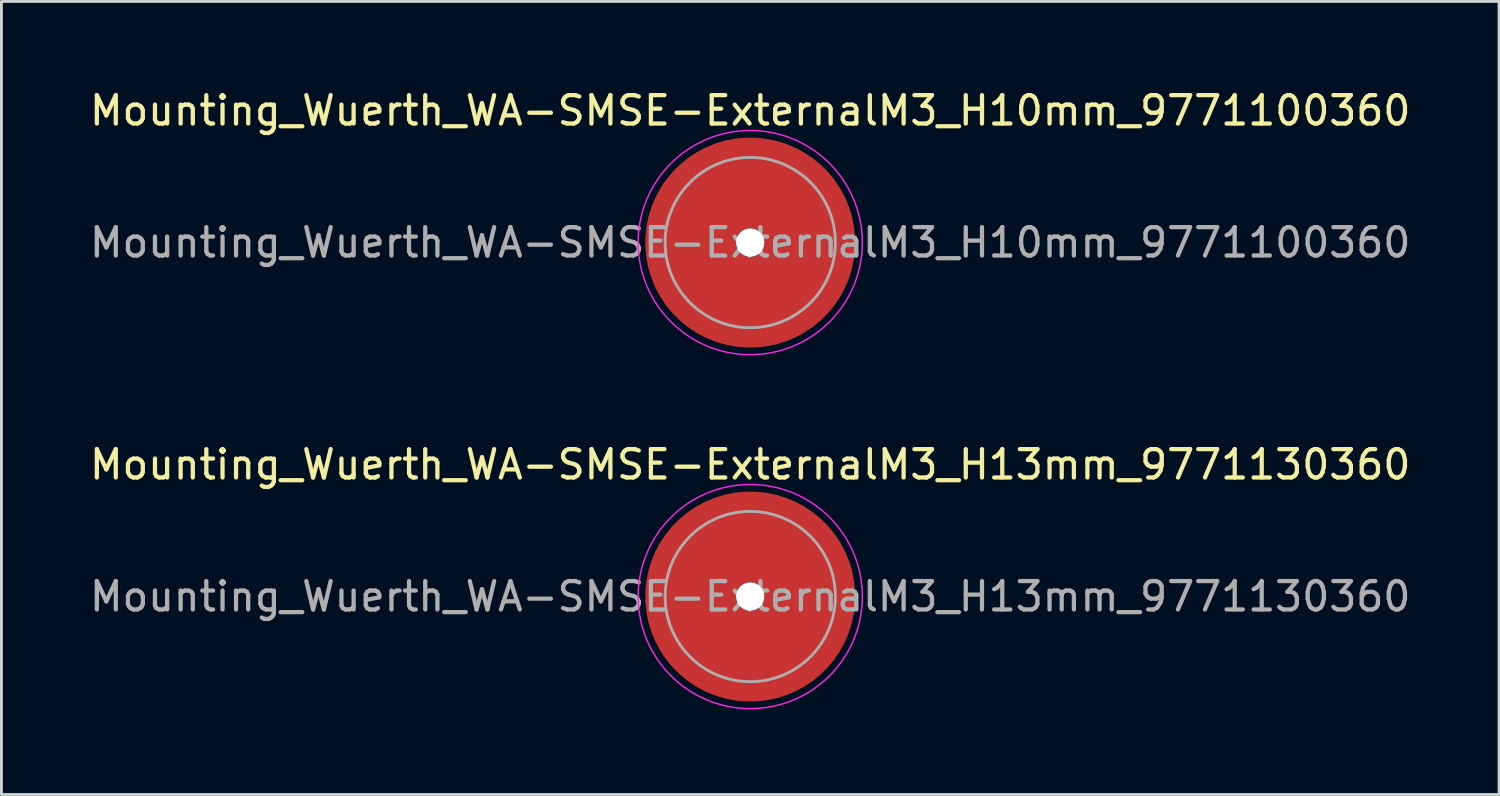
<source format=kicad_pcb>
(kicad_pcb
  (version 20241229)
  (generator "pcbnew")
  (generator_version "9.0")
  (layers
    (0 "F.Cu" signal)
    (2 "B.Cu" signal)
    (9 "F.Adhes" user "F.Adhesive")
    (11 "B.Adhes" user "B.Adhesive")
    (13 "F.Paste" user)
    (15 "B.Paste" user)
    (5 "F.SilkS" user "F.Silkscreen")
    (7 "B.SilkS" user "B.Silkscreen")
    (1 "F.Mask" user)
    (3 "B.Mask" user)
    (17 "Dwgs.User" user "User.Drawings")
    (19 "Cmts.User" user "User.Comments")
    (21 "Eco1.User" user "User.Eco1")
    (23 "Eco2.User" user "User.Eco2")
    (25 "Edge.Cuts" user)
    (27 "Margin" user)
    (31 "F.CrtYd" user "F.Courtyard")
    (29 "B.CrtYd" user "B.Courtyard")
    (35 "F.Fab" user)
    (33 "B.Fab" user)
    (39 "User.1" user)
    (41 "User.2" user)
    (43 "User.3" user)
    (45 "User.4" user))
  (footprint "Mounting_Wuerth_WA-SMSE-ExternalM3_H10mm_9771100360"
    (layer "F.Cu")
    (at 23.387 5.498)
    (property "Reference" "Mounting_Wuerth_WA-SMSE-ExternalM3_H10mm_9771100360" (at 0 -4.65 0) (layer "F.SilkS") (effects (font (size 1 1) (thickness 0.15))))
    (attr smd allow_soldermask_bridges)
    (fp_circle (center 0 0) (end 3.95 0) (stroke (width 0.05) (type solid)) (fill no) (layer "F.CrtYd"))
    (fp_circle (center 0 0) (end 3 0) (stroke (width 0.1) (type solid)) (fill no) (layer "F.Fab"))
    (fp_text user "${REFERENCE}" (at 0 0 0) (layer "F.Fab") (effects (font (size 1 1) (thickness 0.15))))
    (pad "" smd custom (at 0 -2.1) (size 1.5 1.5) (layers "F.Paste") (options (anchor circle)) (primitives (gr_arc (start -0.305123 1.47) (mid 0.371762 1.506879) (end 0.7 2.1) (width 0.2)) (gr_arc (start -0.493052 1.47) (mid 0.350399 1.380819) (end 0.8 2.1) (width 0.2)) (gr_arc (start -0.642729 1.47) (mid 0.340253 1.266797) (end 0.9 2.1) (width 0.2)) (gr_arc (start -0.776595 1.47) (mid 0.334219 1.157505) (end 1 2.1) (width 0.2)) (gr_arc (start -0.901721 1.47) (mid 0.330233 1.05074) (end 1.1 2.1) (width 0.2)) (gr_arc (start -1.021323 1.47) (mid 0.327424 0.945533) (end 1.2 2.1) (width 0.2)) (gr_arc (start -1.137146 1.47) (mid 0.325354 0.841372) (end 1.3 2.1) (width 0.2)) (gr_arc (start -1.25024 1.47) (mid 0.323778 0.737954) (end 1.4 2.1) (width 0.2)) (gr_arc (start -1.361286 1.47) (mid 0.322545 0.635089) (end 1.5 2.1) (width 0.2)) (gr_arc (start -1.470748 1.47) (mid 0.321561 0.532646) (end 1.6 2.1) (width 0.2)) (gr_arc (start -1.578955 1.47) (mid 0.320762 0.430535) (end 1.7 2.1) (width 0.2)) (gr_arc (start -1.686149 1.47) (mid 0.320102 0.328691) (end 1.8 2.1) (width 0.2)) (gr_arc (start -1.792512 1.47) (mid 0.319552 0.227065) (end 1.9 2.1) (width 0.2)) (gr_arc (start -1.898183 1.47) (mid 0.319087 0.125618) (end 2 2.1) (width 0.2)) (gr_arc (start -2.003272 1.47) (mid 0.318691 0.024323) (end 2.1 2.1) (width 0.2)) (gr_arc (start -2.107866 1.47) (mid 0.318351 -0.076845) (end 2.2 2.1) (width 0.2)) (gr_arc (start -2.212035 1.47) (mid 0.318056 -0.177903) (end 2.3 2.1) (width 0.2)) (gr_arc (start -2.315837 1.47) (mid 0.317798 -0.278866) (end 2.4 2.1) (width 0.2)) (gr_arc (start -2.419318 1.47) (mid 0.317573 -0.379747) (end 2.5 2.1) (width 0.2)) (gr_arc (start -2.522519 1.47) (mid 0.317373 -0.480557) (end 2.6 2.1) (width 0.2)) (gr_arc (start -2.625471 1.47) (mid 0.317197 -0.581303) (end 2.7 2.1) (width 0.2)) (gr_arc (start -2.728205 1.47) (mid 0.317039 -0.681993) (end 2.8 2.1) (width 0.2)) (gr_arc (start -2.830742 1.47) (mid 0.316898 -0.782633) (end 2.9 2.1) (width 0.2)) (gr_arc (start -2.933104 1.47) (mid 0.316771 -0.883229) (end 3 2.1) (width 0.2)) (gr_arc (start -3.035309 1.47) (mid 0.316656 -0.983785) (end 3.1 2.1) (width 0.2)) (gr_arc (start -3.137372 1.47) (mid 0.316553 -1.084304) (end 3.2 2.1) (width 0.2)) (gr_arc (start -3.239305 1.47) (mid 0.316458 -1.184791) (end 3.3 2.1) (width 0.2)) (gr_arc (start -3.341123 1.47) (mid 0.316373 -1.285249) (end 3.4 2.1) (width 0.2)) (gr_arc (start -3.442833 1.47) (mid 0.316294 -1.385679) (end 3.5 2.1) (width 0.2)) (gr_line (start 0.7 2.1) (end 3.5 2.1) (width 0.2)) (gr_line (start -0.305 1.47) (end -3.443 1.47) (width 0.2))))
    (pad "" np_thru_hole circle (at 0 0) (size 1 1) (drill 1) (layers "*.Cu" "*.Mask"))
    (pad "" smd custom (at 0 2.1) (size 1.5 1.5) (layers "F.Paste") (options (anchor circle)) (primitives (gr_arc (start 0.305123 -1.47) (mid -0.371762 -1.506879) (end -0.7 -2.1) (width 0.2)) (gr_arc (start 0.493052 -1.47) (mid -0.350399 -1.380819) (end -0.8 -2.1) (width 0.2)) (gr_arc (start 0.642729 -1.47) (mid -0.340253 -1.266797) (end -0.9 -2.1) (width 0.2)) (gr_arc (start 0.776595 -1.47) (mid -0.334219 -1.157505) (end -1 -2.1) (width 0.2)) (gr_arc (start 0.901721 -1.47) (mid -0.330233 -1.05074) (end -1.1 -2.1) (width 0.2)) (gr_arc (start 1.021323 -1.47) (mid -0.327424 -0.945533) (end -1.2 -2.1) (width 0.2)) (gr_arc (start 1.137146 -1.47) (mid -0.325354 -0.841372) (end -1.3 -2.1) (width 0.2)) (gr_arc (start 1.25024 -1.47) (mid -0.323778 -0.737954) (end -1.4 -2.1) (width 0.2)) (gr_arc (start 1.361286 -1.47) (mid -0.322545 -0.635089) (end -1.5 -2.1) (width 0.2)) (gr_arc (start 1.470748 -1.47) (mid -0.321561 -0.532646) (end -1.6 -2.1) (width 0.2)) (gr_arc (start 1.578955 -1.47) (mid -0.320762 -0.430535) (end -1.7 -2.1) (width 0.2)) (gr_arc (start 1.686149 -1.47) (mid -0.320102 -0.328691) (end -1.8 -2.1) (width 0.2)) (gr_arc (start 1.792512 -1.47) (mid -0.319552 -0.227065) (end -1.9 -2.1) (width 0.2)) (gr_arc (start 1.898183 -1.47) (mid -0.319087 -0.125618) (end -2 -2.1) (width 0.2)) (gr_arc (start 2.003272 -1.47) (mid -0.318691 -0.024323) (end -2.1 -2.1) (width 0.2)) (gr_arc (start 2.107866 -1.47) (mid -0.318351 0.076845) (end -2.2 -2.1) (width 0.2)) (gr_arc (start 2.212035 -1.47) (mid -0.318056 0.177903) (end -2.3 -2.1) (width 0.2)) (gr_arc (start 2.315837 -1.47) (mid -0.317798 0.278866) (end -2.4 -2.1) (width 0.2)) (gr_arc (start 2.419318 -1.47) (mid -0.317573 0.379747) (end -2.5 -2.1) (width 0.2)) (gr_arc (start 2.522519 -1.47) (mid -0.317373 0.480557) (end -2.6 -2.1) (width 0.2)) (gr_arc (start 2.625471 -1.47) (mid -0.317197 0.581303) (end -2.7 -2.1) (width 0.2)) (gr_arc (start 2.728205 -1.47) (mid -0.317039 0.681993) (end -2.8 -2.1) (width 0.2)) (gr_arc (start 2.830742 -1.47) (mid -0.316898 0.782633) (end -2.9 -2.1) (width 0.2)) (gr_arc (start 2.933104 -1.47) (mid -0.316771 0.883229) (end -3 -2.1) (width 0.2)) (gr_arc (start 3.035309 -1.47) (mid -0.316656 0.983785) (end -3.1 -2.1) (width 0.2)) (gr_arc (start 3.137372 -1.47) (mid -0.316553 1.084304) (end -3.2 -2.1) (width 0.2)) (gr_arc (start 3.239305 -1.47) (mid -0.316458 1.184791) (end -3.3 -2.1) (width 0.2)) (gr_arc (start 3.341123 -1.47) (mid -0.316373 1.285249) (end -3.4 -2.1) (width 0.2)) (gr_arc (start 3.442833 -1.47) (mid -0.316294 1.385679) (end -3.5 -2.1) (width 0.2)) (gr_line (start -0.7 -2.1) (end -3.5 -2.1) (width 0.2)) (gr_line (start 0.305 -1.47) (end 3.443 -1.47) (width 0.2))))
    (pad "1" smd circle (at -2.1 0) (size 2.692 2.692) (layers "F.Cu"))
    (pad "1" smd circle (at 0 -2.1) (size 2.692 2.692) (layers "F.Cu"))
    (pad "1" smd circle (at 0 2.1) (size 2.692 2.692) (layers "F.Cu"))
    (pad "1" smd custom (at 2.1 0) (size 3.2 3.2) (layers "F.Cu" "F.Mask") (options (anchor circle)) (primitives (gr_circle (center -2.1 0) (end 0 0) (width 3.2) (fill no)))))
  (footprint "Mounting_Wuerth_WA-SMSE-ExternalM3_H13mm_9771130360"
    (layer "F.Cu")
    (at 23.387 17.971)
    (property "Reference" "Mounting_Wuerth_WA-SMSE-ExternalM3_H13mm_9771130360" (at 0 -4.65 0) (layer "F.SilkS") (effects (font (size 1 1) (thickness 0.15))))
    (attr smd allow_soldermask_bridges)
    (fp_circle (center 0 0) (end 3.95 0) (stroke (width 0.05) (type solid)) (fill no) (layer "F.CrtYd"))
    (fp_circle (center 0 0) (end 3 0) (stroke (width 0.1) (type solid)) (fill no) (layer "F.Fab"))
    (fp_text user "${REFERENCE}" (at 0 0 0) (layer "F.Fab") (effects (font (size 1 1) (thickness 0.15))))
    (pad "" smd custom (at 0 -2.1) (size 1.5 1.5) (layers "F.Paste") (options (anchor circle)) (primitives (gr_arc (start -0.305123 1.47) (mid 0.371762 1.506879) (end 0.7 2.1) (width 0.2)) (gr_arc (start -0.493052 1.47) (mid 0.350399 1.380819) (end 0.8 2.1) (width 0.2)) (gr_arc (start -0.642729 1.47) (mid 0.340253 1.266797) (end 0.9 2.1) (width 0.2)) (gr_arc (start -0.776595 1.47) (mid 0.334219 1.157505) (end 1 2.1) (width 0.2)) (gr_arc (start -0.901721 1.47) (mid 0.330233 1.05074) (end 1.1 2.1) (width 0.2)) (gr_arc (start -1.021323 1.47) (mid 0.327424 0.945533) (end 1.2 2.1) (width 0.2)) (gr_arc (start -1.137146 1.47) (mid 0.325354 0.841372) (end 1.3 2.1) (width 0.2)) (gr_arc (start -1.25024 1.47) (mid 0.323778 0.737954) (end 1.4 2.1) (width 0.2)) (gr_arc (start -1.361286 1.47) (mid 0.322545 0.635089) (end 1.5 2.1) (width 0.2)) (gr_arc (start -1.470748 1.47) (mid 0.321561 0.532646) (end 1.6 2.1) (width 0.2)) (gr_arc (start -1.578955 1.47) (mid 0.320762 0.430535) (end 1.7 2.1) (width 0.2)) (gr_arc (start -1.686149 1.47) (mid 0.320102 0.328691) (end 1.8 2.1) (width 0.2)) (gr_arc (start -1.792512 1.47) (mid 0.319552 0.227065) (end 1.9 2.1) (width 0.2)) (gr_arc (start -1.898183 1.47) (mid 0.319087 0.125618) (end 2 2.1) (width 0.2)) (gr_arc (start -2.003272 1.47) (mid 0.318691 0.024323) (end 2.1 2.1) (width 0.2)) (gr_arc (start -2.107866 1.47) (mid 0.318351 -0.076845) (end 2.2 2.1) (width 0.2)) (gr_arc (start -2.212035 1.47) (mid 0.318056 -0.177903) (end 2.3 2.1) (width 0.2)) (gr_arc (start -2.315837 1.47) (mid 0.317798 -0.278866) (end 2.4 2.1) (width 0.2)) (gr_arc (start -2.419318 1.47) (mid 0.317573 -0.379747) (end 2.5 2.1) (width 0.2)) (gr_arc (start -2.522519 1.47) (mid 0.317373 -0.480557) (end 2.6 2.1) (width 0.2)) (gr_arc (start -2.625471 1.47) (mid 0.317197 -0.581303) (end 2.7 2.1) (width 0.2)) (gr_arc (start -2.728205 1.47) (mid 0.317039 -0.681993) (end 2.8 2.1) (width 0.2)) (gr_arc (start -2.830742 1.47) (mid 0.316898 -0.782633) (end 2.9 2.1) (width 0.2)) (gr_arc (start -2.933104 1.47) (mid 0.316771 -0.883229) (end 3 2.1) (width 0.2)) (gr_arc (start -3.035309 1.47) (mid 0.316656 -0.983785) (end 3.1 2.1) (width 0.2)) (gr_arc (start -3.137372 1.47) (mid 0.316553 -1.084304) (end 3.2 2.1) (width 0.2)) (gr_arc (start -3.239305 1.47) (mid 0.316458 -1.184791) (end 3.3 2.1) (width 0.2)) (gr_arc (start -3.341123 1.47) (mid 0.316373 -1.285249) (end 3.4 2.1) (width 0.2)) (gr_arc (start -3.442833 1.47) (mid 0.316294 -1.385679) (end 3.5 2.1) (width 0.2)) (gr_line (start 0.7 2.1) (end 3.5 2.1) (width 0.2)) (gr_line (start -0.305 1.47) (end -3.443 1.47) (width 0.2))))
    (pad "" np_thru_hole circle (at 0 0) (size 1 1) (drill 1) (layers "*.Cu" "*.Mask"))
    (pad "" smd custom (at 0 2.1) (size 1.5 1.5) (layers "F.Paste") (options (anchor circle)) (primitives (gr_arc (start 0.305123 -1.47) (mid -0.371762 -1.506879) (end -0.7 -2.1) (width 0.2)) (gr_arc (start 0.493052 -1.47) (mid -0.350399 -1.380819) (end -0.8 -2.1) (width 0.2)) (gr_arc (start 0.642729 -1.47) (mid -0.340253 -1.266797) (end -0.9 -2.1) (width 0.2)) (gr_arc (start 0.776595 -1.47) (mid -0.334219 -1.157505) (end -1 -2.1) (width 0.2)) (gr_arc (start 0.901721 -1.47) (mid -0.330233 -1.05074) (end -1.1 -2.1) (width 0.2)) (gr_arc (start 1.021323 -1.47) (mid -0.327424 -0.945533) (end -1.2 -2.1) (width 0.2)) (gr_arc (start 1.137146 -1.47) (mid -0.325354 -0.841372) (end -1.3 -2.1) (width 0.2)) (gr_arc (start 1.25024 -1.47) (mid -0.323778 -0.737954) (end -1.4 -2.1) (width 0.2)) (gr_arc (start 1.361286 -1.47) (mid -0.322545 -0.635089) (end -1.5 -2.1) (width 0.2)) (gr_arc (start 1.470748 -1.47) (mid -0.321561 -0.532646) (end -1.6 -2.1) (width 0.2)) (gr_arc (start 1.578955 -1.47) (mid -0.320762 -0.430535) (end -1.7 -2.1) (width 0.2)) (gr_arc (start 1.686149 -1.47) (mid -0.320102 -0.328691) (end -1.8 -2.1) (width 0.2)) (gr_arc (start 1.792512 -1.47) (mid -0.319552 -0.227065) (end -1.9 -2.1) (width 0.2)) (gr_arc (start 1.898183 -1.47) (mid -0.319087 -0.125618) (end -2 -2.1) (width 0.2)) (gr_arc (start 2.003272 -1.47) (mid -0.318691 -0.024323) (end -2.1 -2.1) (width 0.2)) (gr_arc (start 2.107866 -1.47) (mid -0.318351 0.076845) (end -2.2 -2.1) (width 0.2)) (gr_arc (start 2.212035 -1.47) (mid -0.318056 0.177903) (end -2.3 -2.1) (width 0.2)) (gr_arc (start 2.315837 -1.47) (mid -0.317798 0.278866) (end -2.4 -2.1) (width 0.2)) (gr_arc (start 2.419318 -1.47) (mid -0.317573 0.379747) (end -2.5 -2.1) (width 0.2)) (gr_arc (start 2.522519 -1.47) (mid -0.317373 0.480557) (end -2.6 -2.1) (width 0.2)) (gr_arc (start 2.625471 -1.47) (mid -0.317197 0.581303) (end -2.7 -2.1) (width 0.2)) (gr_arc (start 2.728205 -1.47) (mid -0.317039 0.681993) (end -2.8 -2.1) (width 0.2)) (gr_arc (start 2.830742 -1.47) (mid -0.316898 0.782633) (end -2.9 -2.1) (width 0.2)) (gr_arc (start 2.933104 -1.47) (mid -0.316771 0.883229) (end -3 -2.1) (width 0.2)) (gr_arc (start 3.035309 -1.47) (mid -0.316656 0.983785) (end -3.1 -2.1) (width 0.2)) (gr_arc (start 3.137372 -1.47) (mid -0.316553 1.084304) (end -3.2 -2.1) (width 0.2)) (gr_arc (start 3.239305 -1.47) (mid -0.316458 1.184791) (end -3.3 -2.1) (width 0.2)) (gr_arc (start 3.341123 -1.47) (mid -0.316373 1.285249) (end -3.4 -2.1) (width 0.2)) (gr_arc (start 3.442833 -1.47) (mid -0.316294 1.385679) (end -3.5 -2.1) (width 0.2)) (gr_line (start -0.7 -2.1) (end -3.5 -2.1) (width 0.2)) (gr_line (start 0.305 -1.47) (end 3.443 -1.47) (width 0.2))))
    (pad "1" smd circle (at -2.1 0) (size 2.692 2.692) (layers "F.Cu"))
    (pad "1" smd circle (at 0 -2.1) (size 2.692 2.692) (layers "F.Cu"))
    (pad "1" smd circle (at 0 2.1) (size 2.692 2.692) (layers "F.Cu"))
    (pad "1" smd custom (at 2.1 0) (size 3.2 3.2) (layers "F.Cu" "F.Mask") (options (anchor circle)) (primitives (gr_circle (center -2.1 0) (end 0 0) (width 3.2) (fill no)))))
  (gr_rect
    (start -3 -3)
    (end 49.774 24.947)
    (stroke (width 0.1) (type default))
    (fill no)
    (layer "Edge.Cuts")))
</source>
